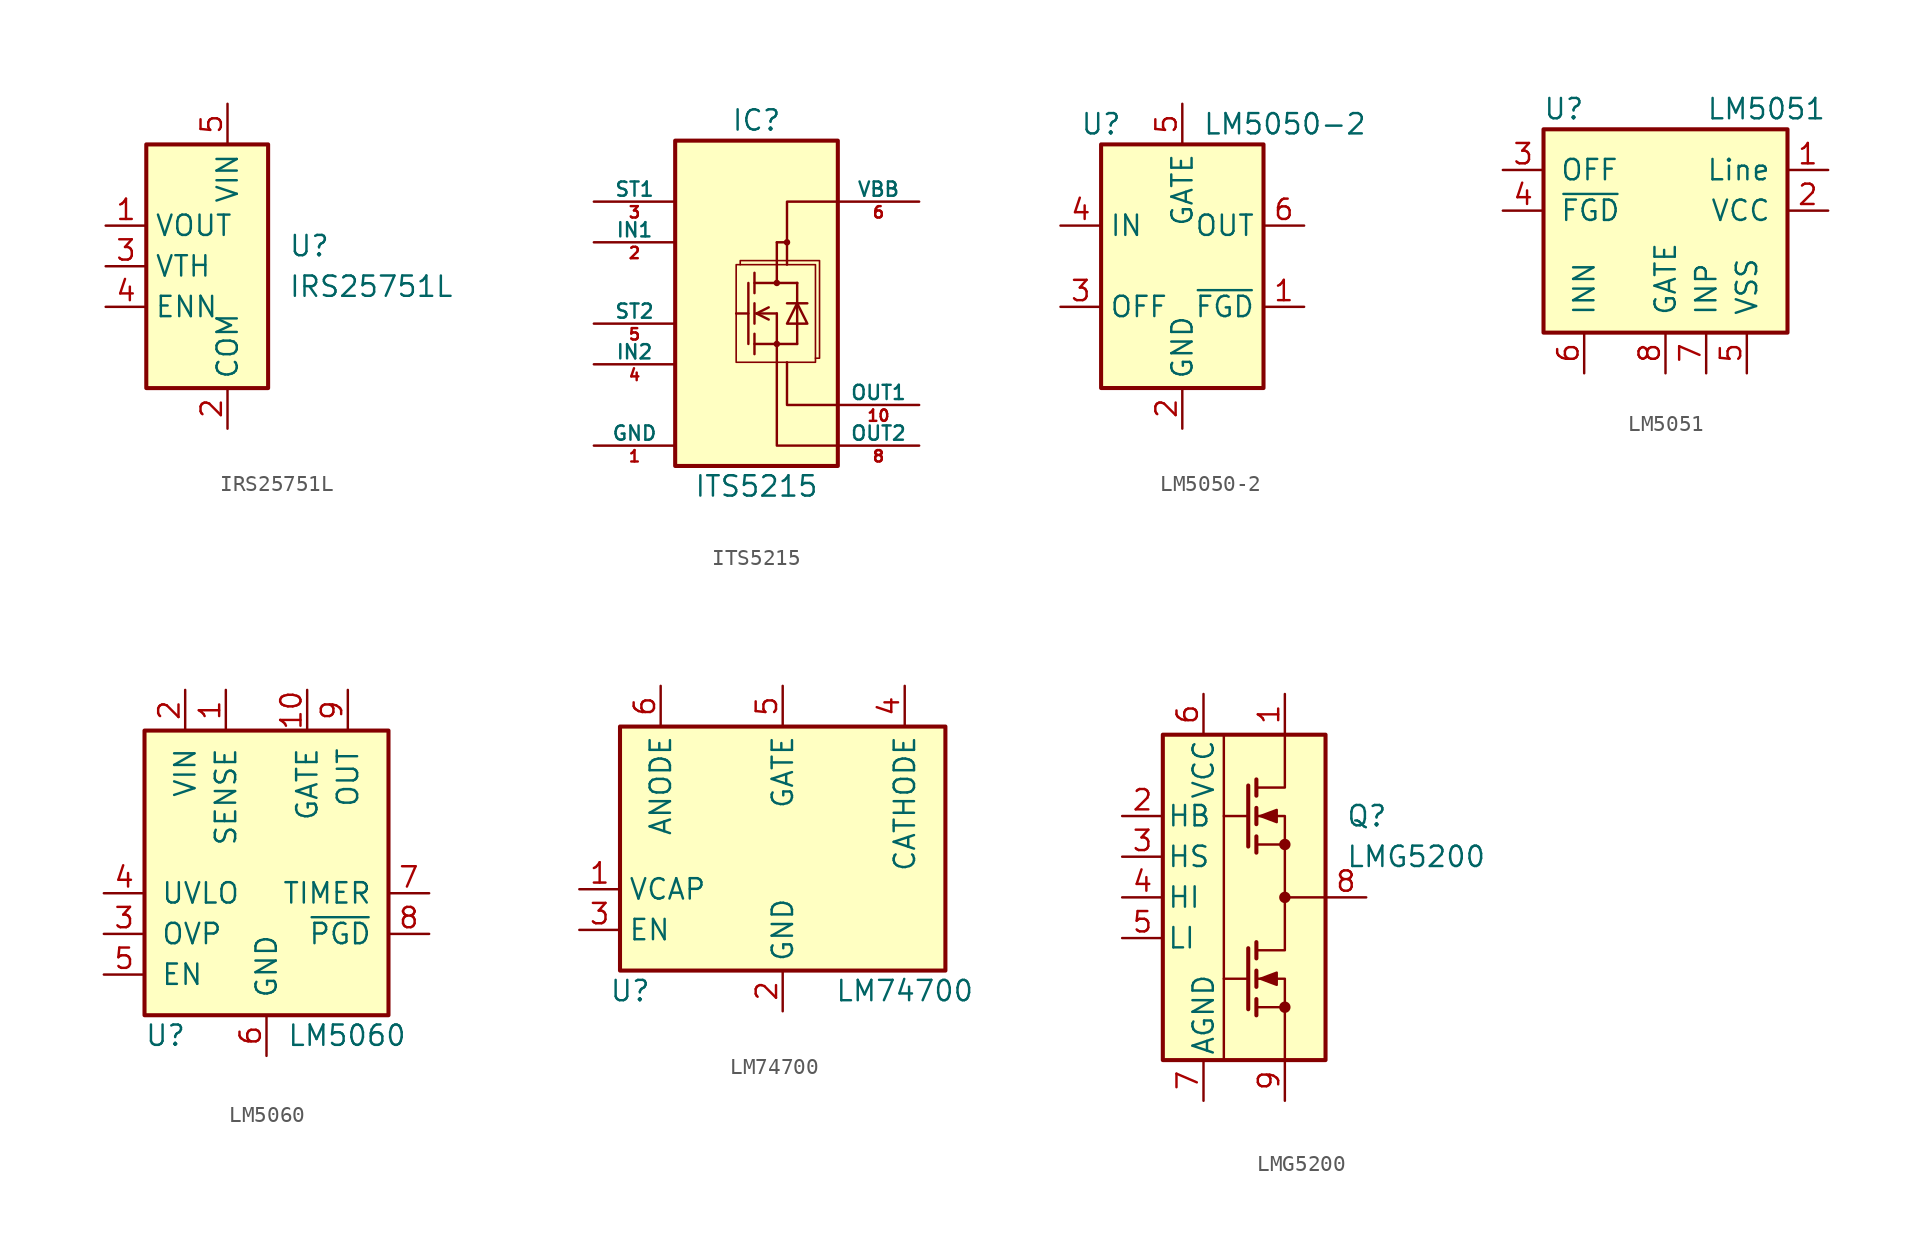
<source format=kicad_sym>
(kicad_symbol_lib
  (version 20211014)
  (generator kicad_symbol_editor)
  (symbol "IRS25751L"
    (property "Reference" "U"
      (at 3.81 1.27 0)
      (effects (font (size 1.27 1.27)) (justify left)))
    (property "Value" "IRS25751L"
      (at 3.81 -1.27 0)
      (effects (font (size 1.27 1.27)) (justify left)))
    (symbol "IRS25751L_0_1"
      (rectangle (start -5.08 -7.62) (end 2.54 7.62) (stroke (width 0.254) (type default) (color 0 0 0 0)) (fill (type background))))
    (symbol "IRS25751L_1_1"
      (pin power_out line (at -7.62 2.54 0) (length 2.54) (name "VOUT" (effects (font (size 1.27 1.27)))) (number "1" (effects (font (size 1.27 1.27)))))
      (pin power_in line (at 0 -10.16 90) (length 2.54) (name "COM" (effects (font (size 1.27 1.27)))) (number "2" (effects (font (size 1.27 1.27)))))
      (pin input line (at -7.62 0 0) (length 2.54) (name "VTH" (effects (font (size 1.27 1.27)))) (number "3" (effects (font (size 1.27 1.27)))))
      (pin input line (at -7.62 -2.54 0) (length 2.54) (name "ENN" (effects (font (size 1.27 1.27)))) (number "4" (effects (font (size 1.27 1.27)))))
      (pin power_in line (at 0 10.16 270) (length 2.54) (name "VIN" (effects (font (size 1.27 1.27)))) (number "5" (effects (font (size 1.27 1.27)))))))
  (symbol "ITS5215"
    (pin_names
      (offset 0))
    (property "Reference" "IC"
      (at 0 12.7 0)
      (effects (font (size 1.27 1.27))))
    (property "Value" "ITS5215"
      (at 0 -10.16 0)
      (effects (font (size 1.27 1.27))))
    (symbol "ITS5215_0_1"
      (rectangle (start -5.08 11.43) (end 5.08 -8.89) (stroke (width 0.254) (type default) (color 0 0 0 0)) (fill (type background)))
      (rectangle (start -1.27 3.683) (end 3.683 -2.413) (stroke (width 0.102) (type default) (color 0 0 0 0)) (fill (type none)))
      (polyline (pts (xy -1.27 0.635) (xy -0.508 0.635)) (stroke (width 0.152) (type default) (color 0 0 0 0)) (fill (type none)))
      (polyline (pts (xy -0.508 2.54) (xy -0.508 -1.27)) (stroke (width 0.152) (type default) (color 0 0 0 0)) (fill (type none)))
      (polyline (pts (xy -0.127 -1.27) (xy 2.54 -1.27)) (stroke (width 0.152) (type default) (color 0 0 0 0)) (fill (type none)))
      (polyline (pts (xy -0.127 -0.635) (xy -0.127 -1.905)) (stroke (width 0.152) (type default) (color 0 0 0 0)) (fill (type none)))
      (polyline (pts (xy -0.127 1.27) (xy -0.127 0)) (stroke (width 0.152) (type default) (color 0 0 0 0)) (fill (type none)))
      (polyline (pts (xy -0.127 3.175) (xy -0.127 1.905)) (stroke (width 0.152) (type default) (color 0 0 0 0)) (fill (type none)))
      (polyline (pts (xy 0 0.635) (xy 0.762 0.254)) (stroke (width 0.152) (type default) (color 0 0 0 0)) (fill (type none)))
      (polyline (pts (xy 0 0.635) (xy 0.762 1.016)) (stroke (width 0.152) (type default) (color 0 0 0 0)) (fill (type none)))
      (polyline (pts (xy 0 0.635) (xy 1.27 0.635)) (stroke (width 0.152) (type default) (color 0 0 0 0)) (fill (type none)))
      (polyline (pts (xy 1.27 2.54) (xy 1.27 5.08)) (stroke (width 0) (type default) (color 0 0 0 0)) (fill (type none)))
      (polyline (pts (xy 1.905 1.27) (xy 3.175 1.27)) (stroke (width 0.152) (type default) (color 0 0 0 0)) (fill (type none)))
      (polyline (pts (xy 2.54 2.54) (xy -0.127 2.54)) (stroke (width 0.152) (type default) (color 0 0 0 0)) (fill (type none)))
      (polyline (pts (xy 2.54 2.54) (xy 2.54 -1.27)) (stroke (width 0.152) (type default) (color 0 0 0 0)) (fill (type none)))
      (polyline (pts (xy 2.54 2.54) (xy 2.54 2.54)) (stroke (width 0) (type default) (color 0 0 0 0)) (fill (type none)))
      (polyline (pts (xy 1.27 0.635) (xy 1.27 0) (xy 1.27 -1.27)) (stroke (width 0.152) (type default) (color 0 0 0 0)) (fill (type none)))
      (polyline (pts (xy 1.27 5.08) (xy 1.905 5.08) (xy 1.905 3.683)) (stroke (width 0.152) (type default) (color 0 0 0 0)) (fill (type none)))
      (polyline (pts (xy 1.905 -2.413) (xy 1.905 -5.08) (xy 5.08 -5.08)) (stroke (width 0.152) (type default) (color 0 0 0 0)) (fill (type none)))
      (polyline (pts (xy 5.08 -7.62) (xy 1.27 -7.62) (xy 1.27 -1.27)) (stroke (width 0.152) (type default) (color 0 0 0 0)) (fill (type none)))
      (polyline (pts (xy 5.08 7.62) (xy 1.905 7.62) (xy 1.905 5.08)) (stroke (width 0.152) (type default) (color 0 0 0 0)) (fill (type none)))
      (polyline (pts (xy 2.54 1.27) (xy 1.905 0) (xy 3.175 0) (xy 2.54 1.27)) (stroke (width 0.152) (type default) (color 0 0 0 0)) (fill (type none)))
      (polyline (pts (xy -1.016 3.683) (xy -1.016 3.937) (xy 3.937 3.937) (xy 3.937 -2.159) (xy 3.683 -2.159)) (stroke (width 0.102) (type default) (color 0 0 0 0)) (fill (type none)))
      (circle (center 1.27 -1.27) (radius 0.127) (stroke (width 0.152) (type default) (color 0 0 0 0)) (fill (type none)))
      (circle (center 1.27 2.54) (radius 0.127) (stroke (width 0.152) (type default) (color 0 0 0 0)) (fill (type none)))
      (circle (center 1.905 5.08) (radius 0.127) (stroke (width 0.152) (type default) (color 0 0 0 0)) (fill (type none))))
    (symbol "ITS5215_1_1"
      (pin power_in line (at -10.16 -7.62 0) (length 5.08) (name "GND" (effects (font (size 0.889 0.889)))) (number "1" (effects (font (size 0.711 0.711)))))
      (pin open_emitter line (at 10.16 -5.08 180) (length 5.08) (name "OUT1" (effects (font (size 0.889 0.889)))) (number "10" (effects (font (size 0.711 0.711)))))
      (pin no_connect line (at 5.08 -2.54 180) (length 5.08) hide (name "NC" (effects (font (size 0.889 0.889)))) (number "11" (effects (font (size 0.711 0.711)))))
      (pin passive line (at 10.16 7.62 180) (length 5.08) hide (name "VBB" (effects (font (size 0.889 0.889)))) (number "12" (effects (font (size 0.711 0.711)))))
      (pin passive line (at 10.16 7.62 180) (length 5.08) hide (name "VBB" (effects (font (size 0.889 0.889)))) (number "13" (effects (font (size 0.711 0.711)))))
      (pin input line (at -10.16 5.08 0) (length 5.08) (name "IN1" (effects (font (size 0.889 0.889)))) (number "2" (effects (font (size 0.711 0.711)))))
      (pin open_collector line (at -10.16 7.62 0) (length 5.08) (name "ST1" (effects (font (size 0.889 0.889)))) (number "3" (effects (font (size 0.711 0.711)))))
      (pin input line (at -10.16 -2.54 0) (length 5.08) (name "IN2" (effects (font (size 0.889 0.889)))) (number "4" (effects (font (size 0.711 0.711)))))
      (pin open_collector line (at -10.16 0 0) (length 5.08) (name "ST2" (effects (font (size 0.889 0.889)))) (number "5" (effects (font (size 0.711 0.711)))))
      (pin power_in line (at 10.16 7.62 180) (length 5.08) (name "VBB" (effects (font (size 0.889 0.889)))) (number "6" (effects (font (size 0.711 0.711)))))
      (pin no_connect line (at 5.08 2.54 180) (length 5.08) hide (name "NC" (effects (font (size 0.889 0.889)))) (number "7" (effects (font (size 0.711 0.711)))))
      (pin open_emitter line (at 10.16 -7.62 180) (length 5.08) (name "OUT2" (effects (font (size 0.889 0.889)))) (number "8" (effects (font (size 0.711 0.711)))))
      (pin no_connect line (at 5.08 0 180) (length 5.08) hide (name "NC" (effects (font (size 0.889 0.889)))) (number "9" (effects (font (size 0.711 0.711)))))))
  (symbol "LM5050-2"
    (property "Reference" "U"
      (at -5.08 8.89 0)
      (effects (font (size 1.27 1.27))))
    (property "Value" "LM5050-2"
      (at 1.27 8.89 0)
      (effects (font (size 1.27 1.27)) (justify left)))
    (symbol "LM5050-2_0_1"
      (rectangle (start -5.08 7.62) (end 5.08 -7.62) (stroke (width 0.254) (type default) (color 0 0 0 0)) (fill (type background))))
    (symbol "LM5050-2_1_1"
      (pin open_collector line (at 7.62 -2.54 180) (length 2.54) (name "~{FGD}" (effects (font (size 1.27 1.27)))) (number "1" (effects (font (size 1.27 1.27)))))
      (pin power_in line (at 0 -10.16 90) (length 2.54) (name "GND" (effects (font (size 1.27 1.27)))) (number "2" (effects (font (size 1.27 1.27)))))
      (pin input line (at -7.62 -2.54 0) (length 2.54) (name "OFF" (effects (font (size 1.27 1.27)))) (number "3" (effects (font (size 1.27 1.27)))))
      (pin input line (at -7.62 2.54 0) (length 2.54) (name "IN" (effects (font (size 1.27 1.27)))) (number "4" (effects (font (size 1.27 1.27)))))
      (pin output line (at 0 10.16 270) (length 2.54) (name "GATE" (effects (font (size 1.27 1.27)))) (number "5" (effects (font (size 1.27 1.27)))))
      (pin input line (at 7.62 2.54 180) (length 2.54) (name "OUT" (effects (font (size 1.27 1.27)))) (number "6" (effects (font (size 1.27 1.27)))))))
  (symbol "LM5051"
    (pin_names
      (offset 1.016))
    (property "Reference" "U"
      (at -6.35 6.35 0)
      (effects (font (size 1.27 1.27))))
    (property "Value" "LM5051"
      (at 2.54 6.35 0)
      (effects (font (size 1.27 1.27)) (justify left)))
    (symbol "LM5051_0_1"
      (rectangle (start -7.62 5.08) (end 7.62 -7.62) (stroke (width 0.254) (type default) (color 0 0 0 0)) (fill (type background))))
    (symbol "LM5051_1_1"
      (pin power_in line (at 10.16 2.54 180) (length 2.54) (name "Line" (effects (font (size 1.27 1.27)))) (number "1" (effects (font (size 1.27 1.27)))))
      (pin passive line (at 10.16 0 180) (length 2.54) (name "VCC" (effects (font (size 1.27 1.27)))) (number "2" (effects (font (size 1.27 1.27)))))
      (pin input line (at -10.16 2.54 0) (length 2.54) (name "OFF" (effects (font (size 1.27 1.27)))) (number "3" (effects (font (size 1.27 1.27)))))
      (pin open_collector line (at -10.16 0 0) (length 2.54) (name "~{FGD}" (effects (font (size 1.27 1.27)))) (number "4" (effects (font (size 1.27 1.27)))))
      (pin power_in line (at 5.08 -10.16 90) (length 2.54) (name "VSS" (effects (font (size 1.27 1.27)))) (number "5" (effects (font (size 1.27 1.27)))))
      (pin input line (at -5.08 -10.16 90) (length 2.54) (name "INN" (effects (font (size 1.27 1.27)))) (number "6" (effects (font (size 1.27 1.27)))))
      (pin power_in line (at 2.54 -10.16 90) (length 2.54) (name "INP" (effects (font (size 1.27 1.27)))) (number "7" (effects (font (size 1.27 1.27)))))
      (pin output line (at 0 -10.16 90) (length 2.54) (name "GATE" (effects (font (size 1.27 1.27)))) (number "8" (effects (font (size 1.27 1.27)))))))
  (symbol "LM5060"
    (pin_names
      (offset 1.016))
    (property "Reference" "U"
      (at -7.62 -11.43 0)
      (effects (font (size 1.27 1.27)) (justify left)))
    (property "Value" "LM5060"
      (at 1.27 -11.43 0)
      (effects (font (size 1.27 1.27)) (justify left)))
    (symbol "LM5060_0_1"
      (rectangle (start 7.62 7.62) (end -7.62 -10.16) (stroke (width 0.254) (type default) (color 0 0 0 0)) (fill (type background))))
    (symbol "LM5060_1_0"
      (pin power_in line (at 0 -12.7 90) (length 2.54) (name "GND" (effects (font (size 1.27 1.27)))) (number "6" (effects (font (size 1.27 1.27))))))
    (symbol "LM5060_1_1"
      (pin input line (at -2.54 10.16 270) (length 2.54) (name "SENSE" (effects (font (size 1.27 1.27)))) (number "1" (effects (font (size 1.27 1.27)))))
      (pin output line (at 2.54 10.16 270) (length 2.54) (name "GATE" (effects (font (size 1.27 1.27)))) (number "10" (effects (font (size 1.27 1.27)))))
      (pin power_in line (at -5.08 10.16 270) (length 2.54) (name "VIN" (effects (font (size 1.27 1.27)))) (number "2" (effects (font (size 1.27 1.27)))))
      (pin input line (at -10.16 -5.08 0) (length 2.54) (name "OVP" (effects (font (size 1.27 1.27)))) (number "3" (effects (font (size 1.27 1.27)))))
      (pin input line (at -10.16 -2.54 0) (length 2.54) (name "UVLO" (effects (font (size 1.27 1.27)))) (number "4" (effects (font (size 1.27 1.27)))))
      (pin input line (at -10.16 -7.62 0) (length 2.54) (name "EN" (effects (font (size 1.27 1.27)))) (number "5" (effects (font (size 1.27 1.27)))))
      (pin input line (at 10.16 -2.54 180) (length 2.54) (name "TIMER" (effects (font (size 1.27 1.27)))) (number "7" (effects (font (size 1.27 1.27)))))
      (pin open_collector line (at 10.16 -5.08 180) (length 2.54) (name "~{PGD}" (effects (font (size 1.27 1.27)))) (number "8" (effects (font (size 1.27 1.27)))))
      (pin input line (at 5.08 10.16 270) (length 2.54) (name "OUT" (effects (font (size 1.27 1.27)))) (number "9" (effects (font (size 1.27 1.27)))))))
  (symbol "LM74700"
    (property "Reference" "U"
      (at -9.525 -8.89 0)
      (effects (font (size 1.27 1.27))))
    (property "Value" "LM74700"
      (at 7.62 -8.89 0)
      (effects (font (size 1.27 1.27))))
    (symbol "LM74700_0_1"
      (rectangle (start -10.16 7.62) (end 10.16 -7.62) (stroke (width 0.254) (type default) (color 0 0 0 0)) (fill (type background))))
    (symbol "LM74700_1_1"
      (pin passive line (at -12.7 -2.54 0) (length 2.54) (name "VCAP" (effects (font (size 1.27 1.27)))) (number "1" (effects (font (size 1.27 1.27)))))
      (pin power_in line (at 0 -10.16 90) (length 2.54) (name "GND" (effects (font (size 1.27 1.27)))) (number "2" (effects (font (size 1.27 1.27)))))
      (pin input line (at -12.7 -5.08 0) (length 2.54) (name "EN" (effects (font (size 1.27 1.27)))) (number "3" (effects (font (size 1.27 1.27)))))
      (pin input line (at 7.62 10.16 270) (length 2.54) (name "CATHODE" (effects (font (size 1.27 1.27)))) (number "4" (effects (font (size 1.27 1.27)))))
      (pin output line (at 0 10.16 270) (length 2.54) (name "GATE" (effects (font (size 1.27 1.27)))) (number "5" (effects (font (size 1.27 1.27)))))
      (pin power_in line (at -7.62 10.16 270) (length 2.54) (name "ANODE" (effects (font (size 1.27 1.27)))) (number "6" (effects (font (size 1.27 1.27)))))))
  (symbol "LMG5200"
    (pin_names
      (offset 0.254))
    (property "Reference" "Q"
      (at 6.35 5.08 0)
      (effects (font (size 1.27 1.27)) (justify left)))
    (property "Value" "LMG5200"
      (at 6.35 2.54 0)
      (effects (font (size 1.27 1.27)) (justify left)))
    (symbol "LMG5200_0_1"
      (rectangle (start -5.08 10.16) (end 5.08 -10.16) (stroke (width 0.254) (type default) (color 0 0 0 0)) (fill (type background)))
      (polyline (pts (xy -1.27 -5.08) (xy 0.254 -5.08)) (stroke (width 0) (type default) (color 0 0 0 0)) (fill (type none)))
      (polyline (pts (xy -1.27 5.08) (xy 0.254 5.08)) (stroke (width 0) (type default) (color 0 0 0 0)) (fill (type none)))
      (polyline (pts (xy -1.27 10.16) (xy -1.27 -10.16)) (stroke (width 0) (type default) (color 0 0 0 0)) (fill (type none)))
      (polyline (pts (xy 0.762 -6.858) (xy 2.54 -6.858)) (stroke (width 0) (type default) (color 0 0 0 0)) (fill (type none)))
      (polyline (pts (xy 0.762 -6.35) (xy 0.762 -7.366)) (stroke (width 0.254) (type default) (color 0 0 0 0)) (fill (type none)))
      (polyline (pts (xy 0.762 -4.572) (xy 0.762 -5.588)) (stroke (width 0.254) (type default) (color 0 0 0 0)) (fill (type none)))
      (polyline (pts (xy 0.762 -2.794) (xy 0.762 -3.81)) (stroke (width 0.254) (type default) (color 0 0 0 0)) (fill (type none)))
      (polyline (pts (xy 0.762 3.302) (xy 2.54 3.302)) (stroke (width 0) (type default) (color 0 0 0 0)) (fill (type none)))
      (polyline (pts (xy 0.762 3.81) (xy 0.762 2.794)) (stroke (width 0.254) (type default) (color 0 0 0 0)) (fill (type none)))
      (polyline (pts (xy 0.762 5.588) (xy 0.762 4.572)) (stroke (width 0.254) (type default) (color 0 0 0 0)) (fill (type none)))
      (polyline (pts (xy 0.762 7.366) (xy 0.762 6.35)) (stroke (width 0.254) (type default) (color 0 0 0 0)) (fill (type none)))
      (polyline (pts (xy 5.08 0) (xy 2.54 0)) (stroke (width 0) (type default) (color 0 0 0 0)) (fill (type none)))
      (polyline (pts (xy 0.254 -3.175) (xy 0.254 -6.985) (xy 0.254 -6.985)) (stroke (width 0.254) (type default) (color 0 0 0 0)) (fill (type none)))
      (polyline (pts (xy 0.254 6.985) (xy 0.254 3.175) (xy 0.254 3.175)) (stroke (width 0.254) (type default) (color 0 0 0 0)) (fill (type none)))
      (polyline (pts (xy 0.762 6.858) (xy 2.54 6.858) (xy 2.54 10.16)) (stroke (width 0) (type default) (color 0 0 0 0)) (fill (type none)))
      (polyline (pts (xy 2.54 -10.16) (xy 2.54 -5.08) (xy 0.762 -5.08)) (stroke (width 0) (type default) (color 0 0 0 0)) (fill (type none)))
      (polyline (pts (xy 0.762 5.08) (xy 2.54 5.08) (xy 2.54 -3.302) (xy 0.762 -3.302)) (stroke (width 0) (type default) (color 0 0 0 0)) (fill (type none)))
      (polyline (pts (xy 1.016 -5.08) (xy 2.032 -4.699) (xy 2.032 -5.461) (xy 1.016 -5.08)) (stroke (width 0) (type default) (color 0 0 0 0)) (fill (type outline)))
      (polyline (pts (xy 1.016 5.08) (xy 2.032 5.461) (xy 2.032 4.699) (xy 1.016 5.08)) (stroke (width 0) (type default) (color 0 0 0 0)) (fill (type outline)))
      (circle (center 2.54 -6.858) (radius 0.279) (stroke (width 0) (type default) (color 0 0 0 0)) (fill (type outline)))
      (circle (center 2.54 0) (radius 0.279) (stroke (width 0) (type default) (color 0 0 0 0)) (fill (type outline)))
      (circle (center 2.54 3.302) (radius 0.279) (stroke (width 0) (type default) (color 0 0 0 0)) (fill (type outline))))
    (symbol "LMG5200_1_1"
      (pin passive line (at 2.54 12.7 270) (length 2.54) (name "~" (effects (font (size 1.27 1.27)))) (number "1" (effects (font (size 1.27 1.27)))))
      (pin passive line (at -7.62 5.08 0) (length 2.54) (name "HB" (effects (font (size 1.27 1.27)))) (number "2" (effects (font (size 1.27 1.27)))))
      (pin passive line (at -7.62 2.54 0) (length 2.54) (name "HS" (effects (font (size 1.27 1.27)))) (number "3" (effects (font (size 1.27 1.27)))))
      (pin input line (at -7.62 0 0) (length 2.54) (name "HI" (effects (font (size 1.27 1.27)))) (number "4" (effects (font (size 1.27 1.27)))))
      (pin input line (at -7.62 -2.54 0) (length 2.54) (name "LI" (effects (font (size 1.27 1.27)))) (number "5" (effects (font (size 1.27 1.27)))))
      (pin power_in line (at -2.54 12.7 270) (length 2.54) (name "VCC" (effects (font (size 1.27 1.27)))) (number "6" (effects (font (size 1.27 1.27)))))
      (pin power_in line (at -2.54 -12.7 90) (length 2.54) (name "AGND" (effects (font (size 1.27 1.27)))) (number "7" (effects (font (size 1.27 1.27)))))
      (pin passive line (at 7.62 0 180) (length 2.54) (name "~" (effects (font (size 1.27 1.27)))) (number "8" (effects (font (size 1.27 1.27)))))
      (pin passive line (at 2.54 -12.7 90) (length 2.54) (name "~" (effects (font (size 1.27 1.27)))) (number "9" (effects (font (size 1.27 1.27))))))))
</source>
